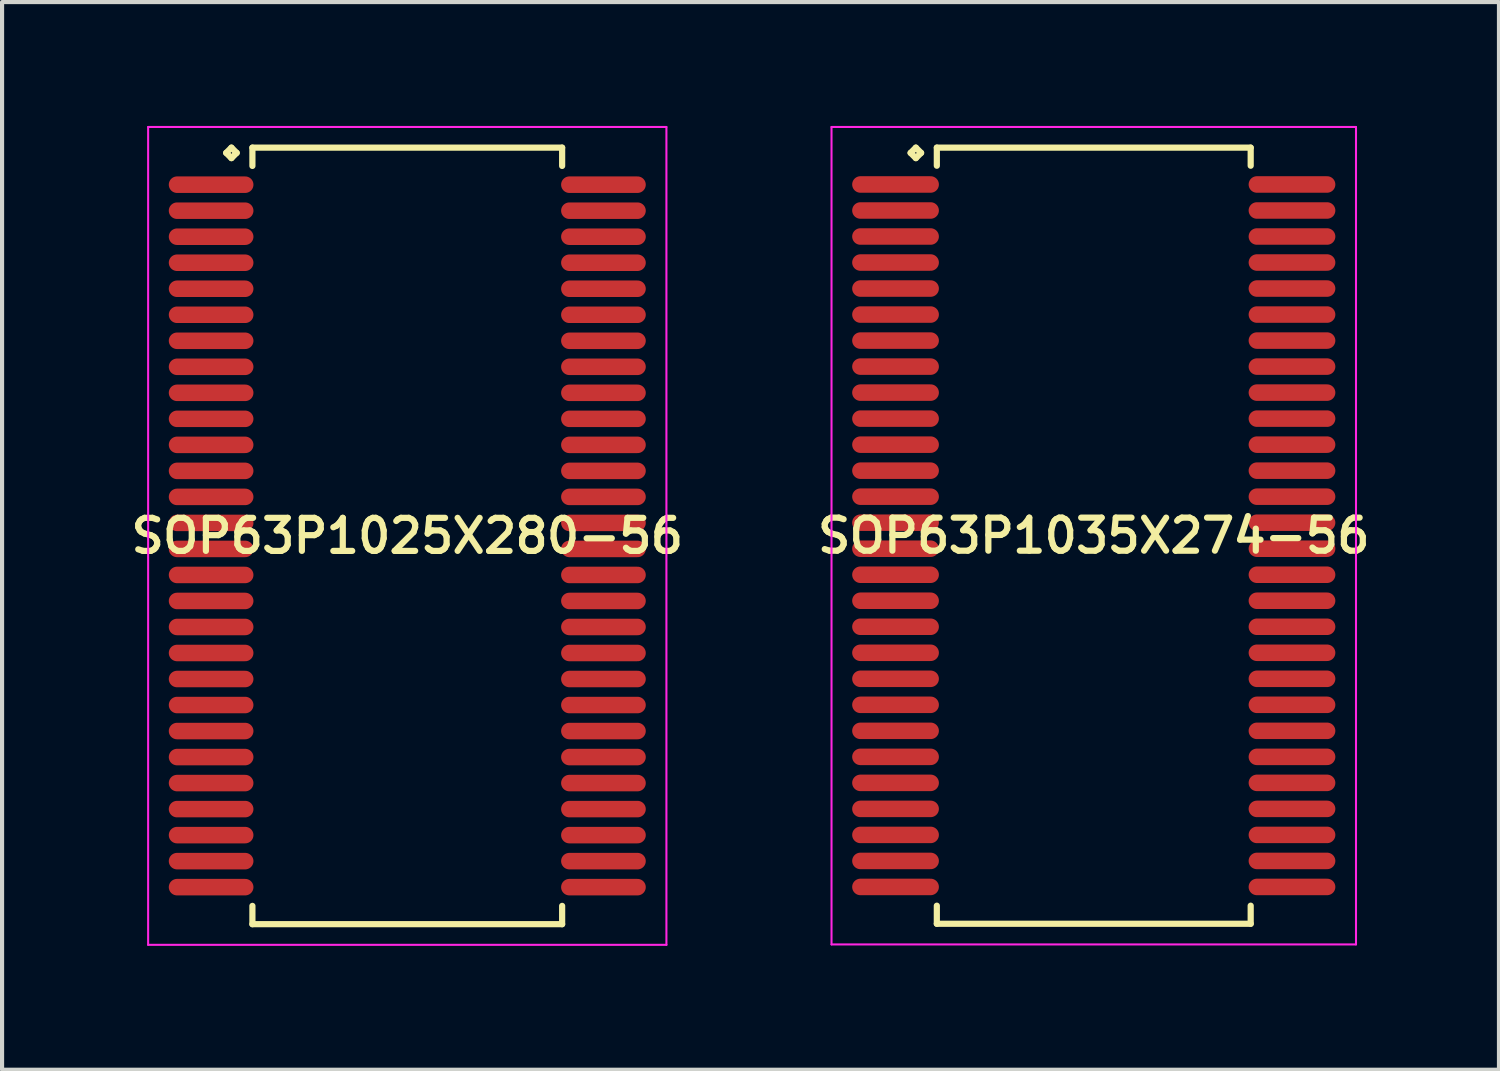
<source format=kicad_pcb>
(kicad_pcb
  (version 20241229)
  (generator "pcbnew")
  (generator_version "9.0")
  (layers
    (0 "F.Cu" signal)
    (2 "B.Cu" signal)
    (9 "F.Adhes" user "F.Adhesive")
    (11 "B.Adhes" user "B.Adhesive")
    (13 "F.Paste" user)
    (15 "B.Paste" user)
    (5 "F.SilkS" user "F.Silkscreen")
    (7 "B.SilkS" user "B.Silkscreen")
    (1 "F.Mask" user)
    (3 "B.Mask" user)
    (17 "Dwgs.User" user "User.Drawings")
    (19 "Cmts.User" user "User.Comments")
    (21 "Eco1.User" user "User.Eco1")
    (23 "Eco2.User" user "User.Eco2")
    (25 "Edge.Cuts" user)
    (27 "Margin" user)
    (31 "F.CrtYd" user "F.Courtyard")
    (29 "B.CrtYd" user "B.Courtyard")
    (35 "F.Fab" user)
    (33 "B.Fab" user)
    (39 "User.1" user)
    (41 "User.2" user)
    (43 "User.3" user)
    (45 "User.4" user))
  (footprint "SOP63P1035X274-56"
    (layer "F.Cu")
    (at 23.435 9.922)
    (property "Reference" "SOP63P1035X274-56" (at 0 0 0) (layer "F.SilkS") (effects (font (size 0.8 0.8) (thickness 0.15))))
    (attr smd)
    (fp_line (start -4.435 -9.27) (end -4.308 -9.397) (stroke (width 0.15) (type solid)) (layer "F.SilkS"))
    (fp_line (start -4.308 -9.397) (end -4.181 -9.27) (stroke (width 0.15) (type solid)) (layer "F.SilkS"))
    (fp_line (start -4.308 -9.143) (end -4.435 -9.27) (stroke (width 0.15) (type solid)) (layer "F.SilkS"))
    (fp_line (start -4.181 -9.27) (end -4.308 -9.143) (stroke (width 0.15) (type solid)) (layer "F.SilkS"))
    (fp_line (start -3.8 -9.397) (end 3.8 -9.397) (stroke (width 0.15) (type solid)) (layer "F.SilkS"))
    (fp_line (start -3.8 -8.959) (end -3.8 -9.397) (stroke (width 0.15) (type solid)) (layer "F.SilkS"))
    (fp_line (start -3.8 8.959) (end -3.8 9.397) (stroke (width 0.15) (type solid)) (layer "F.SilkS"))
    (fp_line (start -3.8 9.397) (end 3.8 9.397) (stroke (width 0.15) (type solid)) (layer "F.SilkS"))
    (fp_line (start 3.8 -9.397) (end 3.8 -8.959) (stroke (width 0.15) (type solid)) (layer "F.SilkS"))
    (fp_line (start 3.8 9.397) (end 3.8 8.959) (stroke (width 0.15) (type solid)) (layer "F.SilkS"))
    (fp_line (start -6.35 -9.897) (end 6.35 -9.897) (stroke (width 0.05) (type solid)) (layer "F.CrtYd"))
    (fp_line (start -6.35 9.897) (end -6.35 -9.897) (stroke (width 0.05) (type solid)) (layer "F.CrtYd"))
    (fp_line (start 6.35 -9.897) (end 6.35 9.897) (stroke (width 0.05) (type solid)) (layer "F.CrtYd"))
    (fp_line (start 6.35 9.897) (end -6.35 9.897) (stroke (width 0.05) (type solid)) (layer "F.CrtYd"))
    (pad "1" smd oval (at -4.8 -8.505) (size 2.1 0.4) (layers "F.Cu" "F.Mask" "F.Paste"))
    (pad "2" smd oval (at -4.8 -7.875) (size 2.1 0.4) (layers "F.Cu" "F.Mask" "F.Paste"))
    (pad "3" smd oval (at -4.8 -7.245) (size 2.1 0.4) (layers "F.Cu" "F.Mask" "F.Paste"))
    (pad "4" smd oval (at -4.8 -6.615) (size 2.1 0.4) (layers "F.Cu" "F.Mask" "F.Paste"))
    (pad "5" smd oval (at -4.8 -5.985) (size 2.1 0.4) (layers "F.Cu" "F.Mask" "F.Paste"))
    (pad "6" smd oval (at -4.8 -5.355) (size 2.1 0.4) (layers "F.Cu" "F.Mask" "F.Paste"))
    (pad "7" smd oval (at -4.8 -4.725) (size 2.1 0.4) (layers "F.Cu" "F.Mask" "F.Paste"))
    (pad "8" smd oval (at -4.8 -4.095) (size 2.1 0.4) (layers "F.Cu" "F.Mask" "F.Paste"))
    (pad "9" smd oval (at -4.8 -3.465) (size 2.1 0.4) (layers "F.Cu" "F.Mask" "F.Paste"))
    (pad "10" smd oval (at -4.8 -2.835) (size 2.1 0.4) (layers "F.Cu" "F.Mask" "F.Paste"))
    (pad "11" smd oval (at -4.8 -2.205) (size 2.1 0.4) (layers "F.Cu" "F.Mask" "F.Paste"))
    (pad "12" smd oval (at -4.8 -1.575) (size 2.1 0.4) (layers "F.Cu" "F.Mask" "F.Paste"))
    (pad "13" smd oval (at -4.8 -0.945) (size 2.1 0.4) (layers "F.Cu" "F.Mask" "F.Paste"))
    (pad "14" smd oval (at -4.8 -0.315) (size 2.1 0.4) (layers "F.Cu" "F.Mask" "F.Paste"))
    (pad "15" smd oval (at -4.8 0.315) (size 2.1 0.4) (layers "F.Cu" "F.Mask" "F.Paste"))
    (pad "16" smd oval (at -4.8 0.945) (size 2.1 0.4) (layers "F.Cu" "F.Mask" "F.Paste"))
    (pad "17" smd oval (at -4.8 1.575) (size 2.1 0.4) (layers "F.Cu" "F.Mask" "F.Paste"))
    (pad "18" smd oval (at -4.8 2.205) (size 2.1 0.4) (layers "F.Cu" "F.Mask" "F.Paste"))
    (pad "19" smd oval (at -4.8 2.835) (size 2.1 0.4) (layers "F.Cu" "F.Mask" "F.Paste"))
    (pad "20" smd oval (at -4.8 3.465) (size 2.1 0.4) (layers "F.Cu" "F.Mask" "F.Paste"))
    (pad "21" smd oval (at -4.8 4.095) (size 2.1 0.4) (layers "F.Cu" "F.Mask" "F.Paste"))
    (pad "22" smd oval (at -4.8 4.725) (size 2.1 0.4) (layers "F.Cu" "F.Mask" "F.Paste"))
    (pad "23" smd oval (at -4.8 5.355) (size 2.1 0.4) (layers "F.Cu" "F.Mask" "F.Paste"))
    (pad "24" smd oval (at -4.8 5.985) (size 2.1 0.4) (layers "F.Cu" "F.Mask" "F.Paste"))
    (pad "25" smd oval (at -4.8 6.615) (size 2.1 0.4) (layers "F.Cu" "F.Mask" "F.Paste"))
    (pad "26" smd oval (at -4.8 7.245) (size 2.1 0.4) (layers "F.Cu" "F.Mask" "F.Paste"))
    (pad "27" smd oval (at -4.8 7.875) (size 2.1 0.4) (layers "F.Cu" "F.Mask" "F.Paste"))
    (pad "28" smd oval (at -4.8 8.505) (size 2.1 0.4) (layers "F.Cu" "F.Mask" "F.Paste"))
    (pad "29" smd oval (at 4.8 8.505) (size 2.1 0.4) (layers "F.Cu" "F.Mask" "F.Paste"))
    (pad "30" smd oval (at 4.8 7.875) (size 2.1 0.4) (layers "F.Cu" "F.Mask" "F.Paste"))
    (pad "31" smd oval (at 4.8 7.245) (size 2.1 0.4) (layers "F.Cu" "F.Mask" "F.Paste"))
    (pad "32" smd oval (at 4.8 6.615) (size 2.1 0.4) (layers "F.Cu" "F.Mask" "F.Paste"))
    (pad "33" smd oval (at 4.8 5.985) (size 2.1 0.4) (layers "F.Cu" "F.Mask" "F.Paste"))
    (pad "34" smd oval (at 4.8 5.355) (size 2.1 0.4) (layers "F.Cu" "F.Mask" "F.Paste"))
    (pad "35" smd oval (at 4.8 4.725) (size 2.1 0.4) (layers "F.Cu" "F.Mask" "F.Paste"))
    (pad "36" smd oval (at 4.8 4.095) (size 2.1 0.4) (layers "F.Cu" "F.Mask" "F.Paste"))
    (pad "37" smd oval (at 4.8 3.465) (size 2.1 0.4) (layers "F.Cu" "F.Mask" "F.Paste"))
    (pad "38" smd oval (at 4.8 2.835) (size 2.1 0.4) (layers "F.Cu" "F.Mask" "F.Paste"))
    (pad "39" smd oval (at 4.8 2.205) (size 2.1 0.4) (layers "F.Cu" "F.Mask" "F.Paste"))
    (pad "40" smd oval (at 4.8 1.575) (size 2.1 0.4) (layers "F.Cu" "F.Mask" "F.Paste"))
    (pad "41" smd oval (at 4.8 0.945) (size 2.1 0.4) (layers "F.Cu" "F.Mask" "F.Paste"))
    (pad "42" smd oval (at 4.8 0.315) (size 2.1 0.4) (layers "F.Cu" "F.Mask" "F.Paste"))
    (pad "43" smd oval (at 4.8 -0.315) (size 2.1 0.4) (layers "F.Cu" "F.Mask" "F.Paste"))
    (pad "44" smd oval (at 4.8 -0.945) (size 2.1 0.4) (layers "F.Cu" "F.Mask" "F.Paste"))
    (pad "45" smd oval (at 4.8 -1.575) (size 2.1 0.4) (layers "F.Cu" "F.Mask" "F.Paste"))
    (pad "46" smd oval (at 4.8 -2.205) (size 2.1 0.4) (layers "F.Cu" "F.Mask" "F.Paste"))
    (pad "47" smd oval (at 4.8 -2.835) (size 2.1 0.4) (layers "F.Cu" "F.Mask" "F.Paste"))
    (pad "48" smd oval (at 4.8 -3.465) (size 2.1 0.4) (layers "F.Cu" "F.Mask" "F.Paste"))
    (pad "49" smd oval (at 4.8 -4.095) (size 2.1 0.4) (layers "F.Cu" "F.Mask" "F.Paste"))
    (pad "50" smd oval (at 4.8 -4.725) (size 2.1 0.4) (layers "F.Cu" "F.Mask" "F.Paste"))
    (pad "51" smd oval (at 4.8 -5.355) (size 2.1 0.4) (layers "F.Cu" "F.Mask" "F.Paste"))
    (pad "52" smd oval (at 4.8 -5.985) (size 2.1 0.4) (layers "F.Cu" "F.Mask" "F.Paste"))
    (pad "53" smd oval (at 4.8 -6.615) (size 2.1 0.4) (layers "F.Cu" "F.Mask" "F.Paste"))
    (pad "54" smd oval (at 4.8 -7.245) (size 2.1 0.4) (layers "F.Cu" "F.Mask" "F.Paste"))
    (pad "55" smd oval (at 4.8 -7.875) (size 2.1 0.4) (layers "F.Cu" "F.Mask" "F.Paste"))
    (pad "56" smd oval (at 4.8 -8.505) (size 2.1 0.4) (layers "F.Cu" "F.Mask" "F.Paste")))
  (footprint "SOP63P1025X280-56"
    (layer "F.Cu")
    (at 6.812 9.927)
    (property "Reference" "SOP63P1025X280-56" (at 0 0 0) (layer "F.SilkS") (effects (font (size 0.8 0.8) (thickness 0.15))))
    (attr smd)
    (fp_line (start -4.385 -9.275) (end -4.258 -9.402) (stroke (width 0.15) (type solid)) (layer "F.SilkS"))
    (fp_line (start -4.258 -9.402) (end -4.131 -9.275) (stroke (width 0.15) (type solid)) (layer "F.SilkS"))
    (fp_line (start -4.258 -9.148) (end -4.385 -9.275) (stroke (width 0.15) (type solid)) (layer "F.SilkS"))
    (fp_line (start -4.131 -9.275) (end -4.258 -9.148) (stroke (width 0.15) (type solid)) (layer "F.SilkS"))
    (fp_line (start -3.75 -9.402) (end 3.75 -9.402) (stroke (width 0.15) (type solid)) (layer "F.SilkS"))
    (fp_line (start -3.75 -8.959) (end -3.75 -9.402) (stroke (width 0.15) (type solid)) (layer "F.SilkS"))
    (fp_line (start -3.75 8.959) (end -3.75 9.402) (stroke (width 0.15) (type solid)) (layer "F.SilkS"))
    (fp_line (start -3.75 9.402) (end 3.75 9.402) (stroke (width 0.15) (type solid)) (layer "F.SilkS"))
    (fp_line (start 3.75 -9.402) (end 3.75 -8.959) (stroke (width 0.15) (type solid)) (layer "F.SilkS"))
    (fp_line (start 3.75 9.402) (end 3.75 8.959) (stroke (width 0.15) (type solid)) (layer "F.SilkS"))
    (fp_line (start -6.275 -9.902) (end 6.275 -9.902) (stroke (width 0.05) (type solid)) (layer "F.CrtYd"))
    (fp_line (start -6.275 9.902) (end -6.275 -9.902) (stroke (width 0.05) (type solid)) (layer "F.CrtYd"))
    (fp_line (start 6.275 -9.902) (end 6.275 9.902) (stroke (width 0.05) (type solid)) (layer "F.CrtYd"))
    (fp_line (start 6.275 9.902) (end -6.275 9.902) (stroke (width 0.05) (type solid)) (layer "F.CrtYd"))
    (pad "1" smd oval (at -4.75 -8.505) (size 2.05 0.4) (layers "F.Cu" "F.Mask" "F.Paste"))
    (pad "2" smd oval (at -4.75 -7.875) (size 2.05 0.4) (layers "F.Cu" "F.Mask" "F.Paste"))
    (pad "3" smd oval (at -4.75 -7.245) (size 2.05 0.4) (layers "F.Cu" "F.Mask" "F.Paste"))
    (pad "4" smd oval (at -4.75 -6.615) (size 2.05 0.4) (layers "F.Cu" "F.Mask" "F.Paste"))
    (pad "5" smd oval (at -4.75 -5.985) (size 2.05 0.4) (layers "F.Cu" "F.Mask" "F.Paste"))
    (pad "6" smd oval (at -4.75 -5.355) (size 2.05 0.4) (layers "F.Cu" "F.Mask" "F.Paste"))
    (pad "7" smd oval (at -4.75 -4.725) (size 2.05 0.4) (layers "F.Cu" "F.Mask" "F.Paste"))
    (pad "8" smd oval (at -4.75 -4.095) (size 2.05 0.4) (layers "F.Cu" "F.Mask" "F.Paste"))
    (pad "9" smd oval (at -4.75 -3.465) (size 2.05 0.4) (layers "F.Cu" "F.Mask" "F.Paste"))
    (pad "10" smd oval (at -4.75 -2.835) (size 2.05 0.4) (layers "F.Cu" "F.Mask" "F.Paste"))
    (pad "11" smd oval (at -4.75 -2.205) (size 2.05 0.4) (layers "F.Cu" "F.Mask" "F.Paste"))
    (pad "12" smd oval (at -4.75 -1.575) (size 2.05 0.4) (layers "F.Cu" "F.Mask" "F.Paste"))
    (pad "13" smd oval (at -4.75 -0.945) (size 2.05 0.4) (layers "F.Cu" "F.Mask" "F.Paste"))
    (pad "14" smd oval (at -4.75 -0.315) (size 2.05 0.4) (layers "F.Cu" "F.Mask" "F.Paste"))
    (pad "15" smd oval (at -4.75 0.315) (size 2.05 0.4) (layers "F.Cu" "F.Mask" "F.Paste"))
    (pad "16" smd oval (at -4.75 0.945) (size 2.05 0.4) (layers "F.Cu" "F.Mask" "F.Paste"))
    (pad "17" smd oval (at -4.75 1.575) (size 2.05 0.4) (layers "F.Cu" "F.Mask" "F.Paste"))
    (pad "18" smd oval (at -4.75 2.205) (size 2.05 0.4) (layers "F.Cu" "F.Mask" "F.Paste"))
    (pad "19" smd oval (at -4.75 2.835) (size 2.05 0.4) (layers "F.Cu" "F.Mask" "F.Paste"))
    (pad "20" smd oval (at -4.75 3.465) (size 2.05 0.4) (layers "F.Cu" "F.Mask" "F.Paste"))
    (pad "21" smd oval (at -4.75 4.095) (size 2.05 0.4) (layers "F.Cu" "F.Mask" "F.Paste"))
    (pad "22" smd oval (at -4.75 4.725) (size 2.05 0.4) (layers "F.Cu" "F.Mask" "F.Paste"))
    (pad "23" smd oval (at -4.75 5.355) (size 2.05 0.4) (layers "F.Cu" "F.Mask" "F.Paste"))
    (pad "24" smd oval (at -4.75 5.985) (size 2.05 0.4) (layers "F.Cu" "F.Mask" "F.Paste"))
    (pad "25" smd oval (at -4.75 6.615) (size 2.05 0.4) (layers "F.Cu" "F.Mask" "F.Paste"))
    (pad "26" smd oval (at -4.75 7.245) (size 2.05 0.4) (layers "F.Cu" "F.Mask" "F.Paste"))
    (pad "27" smd oval (at -4.75 7.875) (size 2.05 0.4) (layers "F.Cu" "F.Mask" "F.Paste"))
    (pad "28" smd oval (at -4.75 8.505) (size 2.05 0.4) (layers "F.Cu" "F.Mask" "F.Paste"))
    (pad "29" smd oval (at 4.75 8.505) (size 2.05 0.4) (layers "F.Cu" "F.Mask" "F.Paste"))
    (pad "30" smd oval (at 4.75 7.875) (size 2.05 0.4) (layers "F.Cu" "F.Mask" "F.Paste"))
    (pad "31" smd oval (at 4.75 7.245) (size 2.05 0.4) (layers "F.Cu" "F.Mask" "F.Paste"))
    (pad "32" smd oval (at 4.75 6.615) (size 2.05 0.4) (layers "F.Cu" "F.Mask" "F.Paste"))
    (pad "33" smd oval (at 4.75 5.985) (size 2.05 0.4) (layers "F.Cu" "F.Mask" "F.Paste"))
    (pad "34" smd oval (at 4.75 5.355) (size 2.05 0.4) (layers "F.Cu" "F.Mask" "F.Paste"))
    (pad "35" smd oval (at 4.75 4.725) (size 2.05 0.4) (layers "F.Cu" "F.Mask" "F.Paste"))
    (pad "36" smd oval (at 4.75 4.095) (size 2.05 0.4) (layers "F.Cu" "F.Mask" "F.Paste"))
    (pad "37" smd oval (at 4.75 3.465) (size 2.05 0.4) (layers "F.Cu" "F.Mask" "F.Paste"))
    (pad "38" smd oval (at 4.75 2.835) (size 2.05 0.4) (layers "F.Cu" "F.Mask" "F.Paste"))
    (pad "39" smd oval (at 4.75 2.205) (size 2.05 0.4) (layers "F.Cu" "F.Mask" "F.Paste"))
    (pad "40" smd oval (at 4.75 1.575) (size 2.05 0.4) (layers "F.Cu" "F.Mask" "F.Paste"))
    (pad "41" smd oval (at 4.75 0.945) (size 2.05 0.4) (layers "F.Cu" "F.Mask" "F.Paste"))
    (pad "42" smd oval (at 4.75 0.315) (size 2.05 0.4) (layers "F.Cu" "F.Mask" "F.Paste"))
    (pad "43" smd oval (at 4.75 -0.315) (size 2.05 0.4) (layers "F.Cu" "F.Mask" "F.Paste"))
    (pad "44" smd oval (at 4.75 -0.945) (size 2.05 0.4) (layers "F.Cu" "F.Mask" "F.Paste"))
    (pad "45" smd oval (at 4.75 -1.575) (size 2.05 0.4) (layers "F.Cu" "F.Mask" "F.Paste"))
    (pad "46" smd oval (at 4.75 -2.205) (size 2.05 0.4) (layers "F.Cu" "F.Mask" "F.Paste"))
    (pad "47" smd oval (at 4.75 -2.835) (size 2.05 0.4) (layers "F.Cu" "F.Mask" "F.Paste"))
    (pad "48" smd oval (at 4.75 -3.465) (size 2.05 0.4) (layers "F.Cu" "F.Mask" "F.Paste"))
    (pad "49" smd oval (at 4.75 -4.095) (size 2.05 0.4) (layers "F.Cu" "F.Mask" "F.Paste"))
    (pad "50" smd oval (at 4.75 -4.725) (size 2.05 0.4) (layers "F.Cu" "F.Mask" "F.Paste"))
    (pad "51" smd oval (at 4.75 -5.355) (size 2.05 0.4) (layers "F.Cu" "F.Mask" "F.Paste"))
    (pad "52" smd oval (at 4.75 -5.985) (size 2.05 0.4) (layers "F.Cu" "F.Mask" "F.Paste"))
    (pad "53" smd oval (at 4.75 -6.615) (size 2.05 0.4) (layers "F.Cu" "F.Mask" "F.Paste"))
    (pad "54" smd oval (at 4.75 -7.245) (size 2.05 0.4) (layers "F.Cu" "F.Mask" "F.Paste"))
    (pad "55" smd oval (at 4.75 -7.875) (size 2.05 0.4) (layers "F.Cu" "F.Mask" "F.Paste"))
    (pad "56" smd oval (at 4.75 -8.505) (size 2.05 0.4) (layers "F.Cu" "F.Mask" "F.Paste")))
  (gr_rect
    (start -3 -3)
    (end 33.247 22.854)
    (stroke (width 0.1) (type default))
    (fill no)
    (layer "Edge.Cuts")))
</source>
